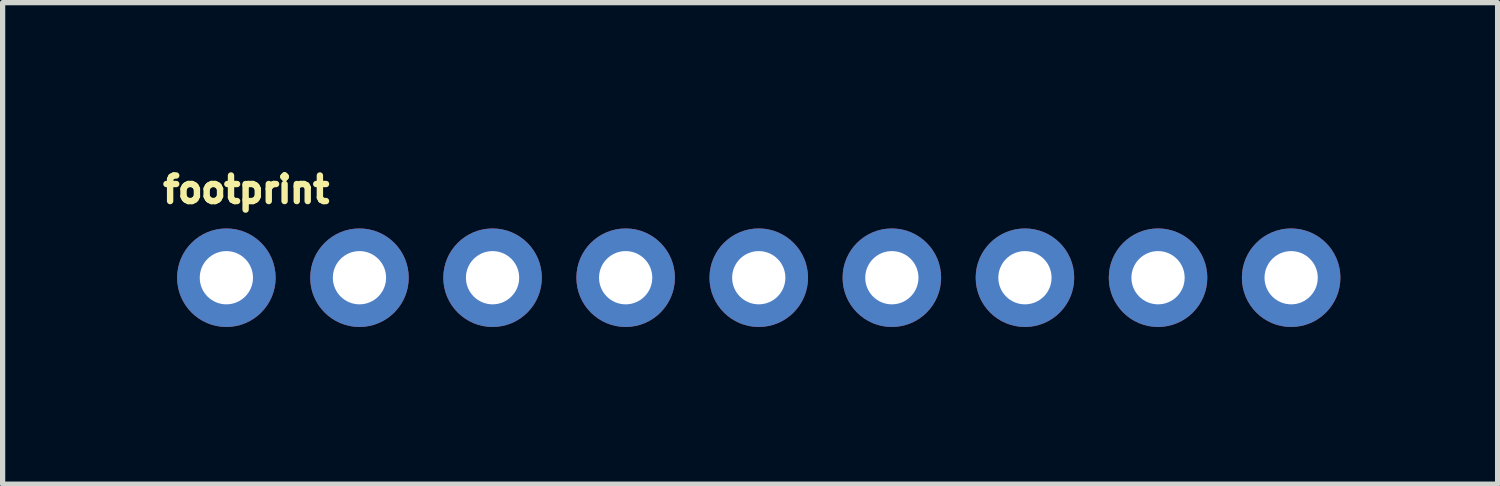
<source format=kicad_pcb>
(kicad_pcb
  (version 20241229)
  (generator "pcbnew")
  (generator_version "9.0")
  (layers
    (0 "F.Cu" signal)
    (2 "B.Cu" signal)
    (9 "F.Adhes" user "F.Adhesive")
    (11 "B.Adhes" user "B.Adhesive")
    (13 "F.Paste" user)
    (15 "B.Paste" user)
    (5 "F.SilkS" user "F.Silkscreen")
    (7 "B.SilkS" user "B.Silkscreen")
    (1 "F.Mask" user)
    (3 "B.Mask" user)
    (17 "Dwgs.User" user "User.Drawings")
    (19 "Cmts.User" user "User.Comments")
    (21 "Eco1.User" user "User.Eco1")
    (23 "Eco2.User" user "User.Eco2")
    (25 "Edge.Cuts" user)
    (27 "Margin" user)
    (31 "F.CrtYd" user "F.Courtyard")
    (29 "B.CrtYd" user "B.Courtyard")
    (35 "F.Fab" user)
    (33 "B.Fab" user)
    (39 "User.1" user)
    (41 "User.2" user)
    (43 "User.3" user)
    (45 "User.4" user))
  (footprint "footprint"
    (layer "F.Cu")
    (at 1.27 2.25)
    (property "Reference" "footprint" (at -1.27 -1.397 0) (layer "F.SilkS") (effects (font (size 0.488 0.488) (thickness 0.122)) (justify left bottom)))
    (fp_poly (pts (xy -0.254 0.254) (xy 0.254 0.254) (xy 0.254 -0.254) (xy -0.254 -0.254)) (stroke (width 0.1) (type solid)) (fill no) (layer "F.Fab"))
    (fp_poly (pts (xy 2.286 0.254) (xy 2.794 0.254) (xy 2.794 -0.254) (xy 2.286 -0.254)) (stroke (width 0.1) (type solid)) (fill no) (layer "F.Fab"))
    (fp_poly (pts (xy 4.826 0.254) (xy 5.334 0.254) (xy 5.334 -0.254) (xy 4.826 -0.254)) (stroke (width 0.1) (type solid)) (fill no) (layer "F.Fab"))
    (fp_poly (pts (xy 7.366 0.254) (xy 7.874 0.254) (xy 7.874 -0.254) (xy 7.366 -0.254)) (stroke (width 0.1) (type solid)) (fill no) (layer "F.Fab"))
    (fp_poly (pts (xy 9.906 0.254) (xy 10.414 0.254) (xy 10.414 -0.254) (xy 9.906 -0.254)) (stroke (width 0.1) (type solid)) (fill no) (layer "F.Fab"))
    (fp_poly (pts (xy 12.446 0.254) (xy 12.954 0.254) (xy 12.954 -0.254) (xy 12.446 -0.254)) (stroke (width 0.1) (type solid)) (fill no) (layer "F.Fab"))
    (fp_poly (pts (xy 14.986 0.254) (xy 15.494 0.254) (xy 15.494 -0.254) (xy 14.986 -0.254)) (stroke (width 0.1) (type solid)) (fill no) (layer "F.Fab"))
    (fp_poly (pts (xy 17.526 0.254) (xy 18.034 0.254) (xy 18.034 -0.254) (xy 17.526 -0.254)) (stroke (width 0.1) (type solid)) (fill no) (layer "F.Fab"))
    (fp_poly (pts (xy 20.066 0.254) (xy 20.574 0.254) (xy 20.574 -0.254) (xy 20.066 -0.254)) (stroke (width 0.1) (type solid)) (fill no) (layer "F.Fab"))
    (pad "1" thru_hole circle (at 0 0 90) (size 1.88 1.88) (drill 1.016) (layers "*.Cu" "*.Mask"))
    (pad "2" thru_hole circle (at 2.54 0 90) (size 1.88 1.88) (drill 1.016) (layers "*.Cu" "*.Mask"))
    (pad "3" thru_hole circle (at 5.08 0 90) (size 1.88 1.88) (drill 1.016) (layers "*.Cu" "*.Mask"))
    (pad "4" thru_hole circle (at 7.62 0 90) (size 1.88 1.88) (drill 1.016) (layers "*.Cu" "*.Mask"))
    (pad "5" thru_hole circle (at 10.16 0 90) (size 1.88 1.88) (drill 1.016) (layers "*.Cu" "*.Mask"))
    (pad "6" thru_hole circle (at 12.7 0 90) (size 1.88 1.88) (drill 1.016) (layers "*.Cu" "*.Mask"))
    (pad "7" thru_hole circle (at 15.24 0 90) (size 1.88 1.88) (drill 1.016) (layers "*.Cu" "*.Mask"))
    (pad "8" thru_hole circle (at 17.78 0 90) (size 1.88 1.88) (drill 1.016) (layers "*.Cu" "*.Mask"))
    (pad "9" thru_hole circle (at 20.32 0 90) (size 1.88 1.88) (drill 1.016) (layers "*.Cu" "*.Mask")))
  (gr_rect
    (start -3 -3)
    (end 25.53 6.19)
    (stroke (width 0.1) (type default))
    (fill no)
    (layer "Edge.Cuts")))
</source>
